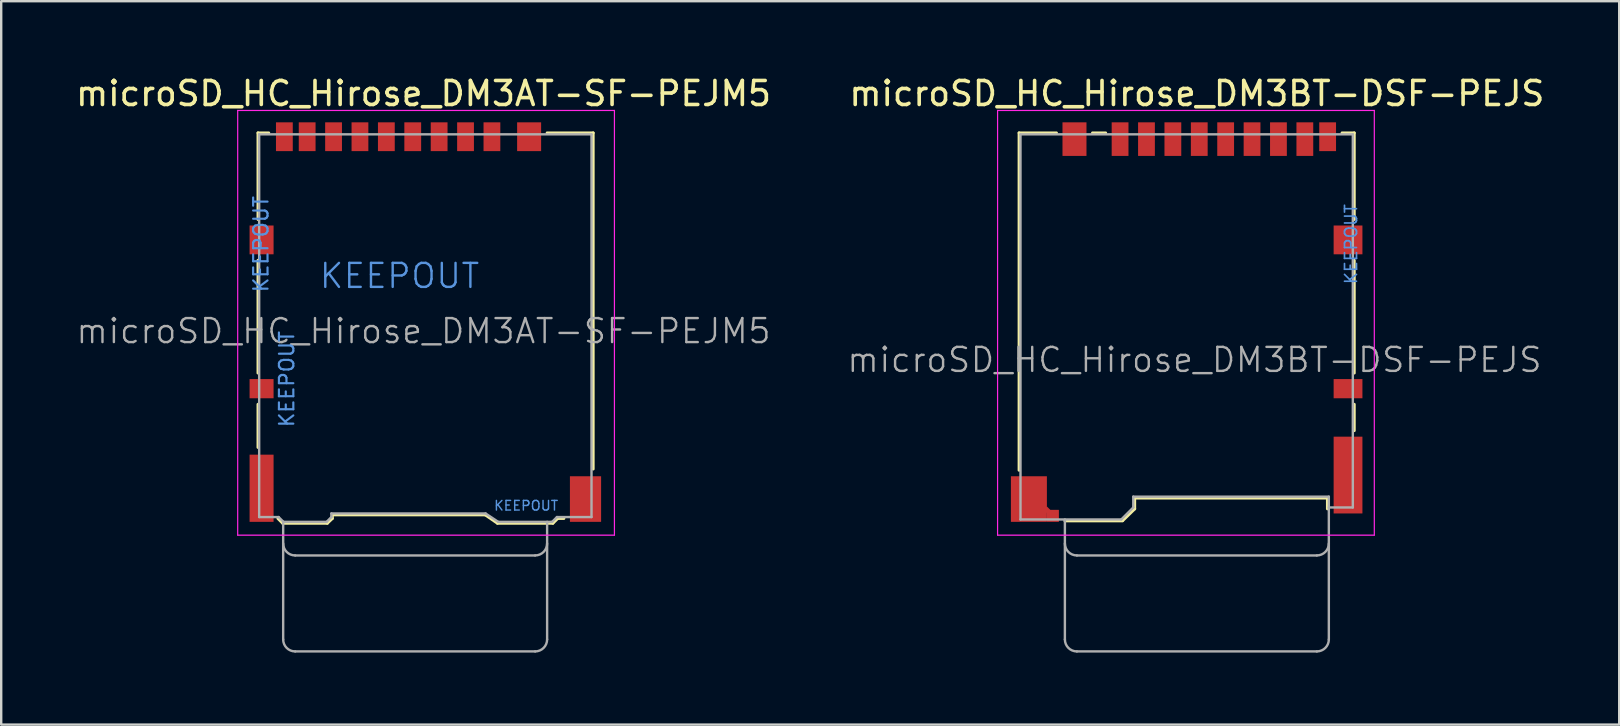
<source format=kicad_pcb>
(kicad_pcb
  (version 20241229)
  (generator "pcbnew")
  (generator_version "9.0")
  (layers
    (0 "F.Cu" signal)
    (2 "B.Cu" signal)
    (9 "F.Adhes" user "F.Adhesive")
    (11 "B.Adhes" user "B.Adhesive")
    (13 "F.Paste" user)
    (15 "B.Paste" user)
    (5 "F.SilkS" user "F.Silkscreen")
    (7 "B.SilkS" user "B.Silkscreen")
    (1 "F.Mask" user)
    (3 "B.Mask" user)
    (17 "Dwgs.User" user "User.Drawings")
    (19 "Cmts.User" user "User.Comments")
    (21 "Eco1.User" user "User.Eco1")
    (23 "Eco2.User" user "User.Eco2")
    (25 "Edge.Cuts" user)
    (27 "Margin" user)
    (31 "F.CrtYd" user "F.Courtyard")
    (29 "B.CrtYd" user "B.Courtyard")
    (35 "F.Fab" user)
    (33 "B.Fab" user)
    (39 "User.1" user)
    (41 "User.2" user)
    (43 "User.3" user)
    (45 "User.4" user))
  (footprint "microSD_HC_Hirose_DM3AT-SF-PEJM5"
    (layer "F.Cu")
    (at 14.676 10.373)
    (property "Reference" "microSD_HC_Hirose_DM3AT-SF-PEJM5" (at -0.075 -9.525 0) (layer "F.SilkS") (effects (font (size 1 1) (thickness 0.15))))
    (attr smd)
    (fp_line (start -6.975 -7.885) (end -6.975 -4.275) (stroke (width 0.12) (type solid)) (layer "F.SilkS"))
    (fp_line (start -6.975 -2.575) (end -6.975 2.125) (stroke (width 0.12) (type solid)) (layer "F.SilkS"))
    (fp_line (start -6.975 3.425) (end -6.975 5.225) (stroke (width 0.12) (type solid)) (layer "F.SilkS"))
    (fp_line (start -6.525 -7.885) (end -6.975 -7.885) (stroke (width 0.12) (type solid)) (layer "F.SilkS"))
    (fp_line (start -5.945 8.385) (end -6.145 8.185) (stroke (width 0.12) (type solid)) (layer "F.SilkS"))
    (fp_line (start -5.945 8.385) (end -4.085 8.385) (stroke (width 0.12) (type solid)) (layer "F.SilkS"))
    (fp_line (start -4.085 8.385) (end -3.875 8.185) (stroke (width 0.12) (type solid)) (layer "F.SilkS"))
    (fp_line (start -3.875 8.035) (end -3.875 8.185) (stroke (width 0.12) (type solid)) (layer "F.SilkS"))
    (fp_line (start -3.875 8.035) (end 2.495 8.035) (stroke (width 0.12) (type solid)) (layer "F.SilkS"))
    (fp_line (start 3.005 8.385) (end 2.495 8.035) (stroke (width 0.12) (type solid)) (layer "F.SilkS"))
    (fp_line (start 5.075 -7.885) (end 6.995 -7.885) (stroke (width 0.12) (type solid)) (layer "F.SilkS"))
    (fp_line (start 5.315 8.385) (end 3.005 8.385) (stroke (width 0.12) (type solid)) (layer "F.SilkS"))
    (fp_line (start 5.315 8.385) (end 5.515 8.185) (stroke (width 0.12) (type solid)) (layer "F.SilkS"))
    (fp_line (start 5.515 8.185) (end 5.775 8.185) (stroke (width 0.12) (type solid)) (layer "F.SilkS"))
    (fp_line (start 6.995 -7.885) (end 6.995 6.125) (stroke (width 0.12) (type solid)) (layer "F.SilkS"))
    (fp_line (start -7.82 -8.82) (end 7.88 -8.82) (stroke (width 0.05) (type solid)) (layer "F.CrtYd"))
    (fp_line (start -7.82 8.88) (end -7.82 -8.82) (stroke (width 0.05) (type solid)) (layer "F.CrtYd"))
    (fp_line (start 7.88 -8.82) (end 7.88 8.88) (stroke (width 0.05) (type solid)) (layer "F.CrtYd"))
    (fp_line (start 7.88 8.88) (end -7.82 8.88) (stroke (width 0.05) (type solid)) (layer "F.CrtYd"))
    (fp_line (start -6.925 8.125) (end -6.925 -7.825) (stroke (width 0.1) (type solid)) (layer "F.Fab"))
    (fp_line (start -6.115 8.125) (end -6.925 8.125) (stroke (width 0.1) (type solid)) (layer "F.Fab"))
    (fp_line (start -5.925 8.325) (end -5.925 13.225) (stroke (width 0.1) (type solid)) (layer "F.Fab"))
    (fp_line (start -5.915 8.325) (end -6.115 8.125) (stroke (width 0.1) (type solid)) (layer "F.Fab"))
    (fp_line (start -5.425 9.725) (end 4.575 9.725) (stroke (width 0.1) (type solid)) (layer "F.Fab"))
    (fp_line (start -5.425 13.725) (end 4.575 13.725) (stroke (width 0.1) (type solid)) (layer "F.Fab"))
    (fp_line (start -4.115 8.325) (end -5.915 8.325) (stroke (width 0.1) (type solid)) (layer "F.Fab"))
    (fp_line (start -3.915 8.125) (end -4.115 8.325) (stroke (width 0.1) (type solid)) (layer "F.Fab"))
    (fp_line (start -3.915 8.125) (end -3.915 7.975) (stroke (width 0.1) (type solid)) (layer "F.Fab"))
    (fp_line (start 2.51 7.975) (end -3.915 7.975) (stroke (width 0.1) (type solid)) (layer "F.Fab"))
    (fp_line (start 3.035 8.325) (end 2.51 7.975) (stroke (width 0.1) (type solid)) (layer "F.Fab"))
    (fp_line (start 5.075 13.225) (end 5.075 8.325) (stroke (width 0.1) (type solid)) (layer "F.Fab"))
    (fp_line (start 5.285 8.325) (end 3.035 8.325) (stroke (width 0.1) (type solid)) (layer "F.Fab"))
    (fp_line (start 5.285 8.325) (end 5.485 8.125) (stroke (width 0.1) (type solid)) (layer "F.Fab"))
    (fp_line (start 5.485 8.125) (end 6.925 8.125) (stroke (width 0.1) (type solid)) (layer "F.Fab"))
    (fp_line (start 6.925 -7.825) (end -6.925 -7.825) (stroke (width 0.1) (type solid)) (layer "F.Fab"))
    (fp_line (start 6.925 8.125) (end 6.925 -7.825) (stroke (width 0.1) (type solid)) (layer "F.Fab"))
    (fp_arc (start -5.425 9.725) (mid -5.778553 9.578553) (end -5.925 9.225) (stroke (width 0.1) (type solid)) (layer "F.Fab"))
    (fp_arc (start -5.425 13.725) (mid -5.778553 13.578553) (end -5.925 13.225) (stroke (width 0.1) (type solid)) (layer "F.Fab"))
    (fp_arc (start 5.075 9.225) (mid 4.928553 9.578553) (end 4.575 9.725) (stroke (width 0.1) (type solid)) (layer "F.Fab"))
    (fp_arc (start 5.075 13.225) (mid 4.928553 13.578553) (end 4.575 13.725) (stroke (width 0.1) (type solid)) (layer "F.Fab"))
    (fp_text user "KEEPOUT" (at -5.775 2.375 90) (layer "Cmts.User") (effects (font (size 0.6 0.6) (thickness 0.09))))
    (fp_text user "KEEPOUT" (at 4.2 7.65 0) (layer "Cmts.User") (effects (font (size 0.4 0.4) (thickness 0.06))))
    (fp_text user "KEEPOUT" (at -6.85 -3.25 90) (layer "Cmts.User") (effects (font (size 0.6 0.6) (thickness 0.09))))
    (fp_text user "KEEPOUT" (at -1.075 -1.925 0) (layer "Cmts.User") (effects (font (size 1 1) (thickness 0.1))))
    (fp_text user "${REFERENCE}" (at -0.075 0.375 0) (layer "F.Fab") (effects (font (size 1 1) (thickness 0.1))))
    (pad "1" smd rect (at 2.775 -7.725) (size 0.7 1.2) (layers "F.Cu" "F.Mask" "F.Paste"))
    (pad "2" smd rect (at 1.675 -7.725) (size 0.7 1.2) (layers "F.Cu" "F.Mask" "F.Paste"))
    (pad "3" smd rect (at 0.575 -7.725) (size 0.7 1.2) (layers "F.Cu" "F.Mask" "F.Paste"))
    (pad "4" smd rect (at -0.525 -7.725) (size 0.7 1.2) (layers "F.Cu" "F.Mask" "F.Paste"))
    (pad "5" smd rect (at -1.625 -7.725) (size 0.7 1.2) (layers "F.Cu" "F.Mask" "F.Paste"))
    (pad "6" smd rect (at -2.725 -7.725) (size 0.7 1.2) (layers "F.Cu" "F.Mask" "F.Paste"))
    (pad "7" smd rect (at -3.825 -7.725) (size 0.7 1.2) (layers "F.Cu" "F.Mask" "F.Paste"))
    (pad "8" smd rect (at -4.925 -7.725) (size 0.7 1.2) (layers "F.Cu" "F.Mask" "F.Paste"))
    (pad "9" smd rect (at -5.875 -7.725) (size 0.7 1.2) (layers "F.Cu" "F.Mask" "F.Paste"))
    (pad "10" smd rect (at -6.825 2.775) (size 1 0.8) (layers "F.Cu" "F.Mask" "F.Paste"))
    (pad "11" smd rect (at -6.825 -3.425) (size 1 1.2) (layers "F.Cu" "F.Mask" "F.Paste"))
    (pad "11" smd rect (at -6.825 6.925) (size 1 2.8) (layers "F.Cu" "F.Mask" "F.Paste"))
    (pad "11" smd rect (at 4.325 -7.725) (size 1 1.2) (layers "F.Cu" "F.Mask" "F.Paste"))
    (pad "11" smd rect (at 6.675 7.375) (size 1.3 1.9) (layers "F.Cu" "F.Mask" "F.Paste"))
    (zone (net_name "") (layer "F.Cu") (hatch full 0.508) (connect_pads) (min_thickness 0.254) (filled_areas_thickness no) (keepout (tracks not_allowed) (vias not_allowed) (pads not_allowed) (copperpour not_allowed) (footprints not_allowed)) (placement (enabled no)) (fill) (polygon (pts (xy 8.201 11.148) (xy 7.451 11.148) (xy 7.451 3.098) (xy 8.201 3.098))))
    (zone (net_name "") (layer "F.Cu") (hatch full 0.508) (connect_pads) (min_thickness 0.254) (filled_areas_thickness no) (keepout (tracks not_allowed) (vias not_allowed) (pads not_allowed) (copperpour not_allowed) (footprints not_allowed)) (placement (enabled no)) (fill) (polygon (pts (xy 8.551 8.948) (xy 9.251 8.948) (xy 9.251 16.548) (xy 8.551 16.548))))
    (zone (net_name "") (layer "F.Cu") (hatch full 0.508) (connect_pads) (min_thickness 0.254) (filled_areas_thickness no) (keepout (tracks not_allowed) (vias not_allowed) (pads not_allowed) (copperpour not_allowed) (footprints not_allowed)) (placement (enabled no)) (fill) (polygon (pts (xy 17.601 17.348) (xy 20.151 17.348) (xy 20.151 18.698) (xy 17.601 18.698))))
    (zone (net_name "") (layer "F.Cu") (hatch full 0.508) (connect_pads) (min_thickness 0.254) (filled_areas_thickness no) (keepout (tracks not_allowed) (vias not_allowed) (pads not_allowed) (copperpour not_allowed) (footprints not_allowed)) (placement (enabled no)) (fill) (polygon (pts (xy 17.951 9.248) (xy 9.251 9.248) (xy 9.251 7.648) (xy 17.951 7.648)))))
  (footprint "microSD_HC_Hirose_DM3BT-DSF-PEJS"
    (layer "F.Cu")
    (at 46.404 10.373)
    (property "Reference" "microSD_HC_Hirose_DM3BT-DSF-PEJS" (at 0.425 -9.525 0) (layer "F.SilkS") (effects (font (size 1 1) (thickness 0.15))))
    (attr smd)
    (fp_line (start -6.985 -7.885) (end -6.985 6.175) (stroke (width 0.12) (type solid)) (layer "F.SilkS"))
    (fp_line (start -6.985 -7.885) (end -5.425 -7.885) (stroke (width 0.12) (type solid)) (layer "F.SilkS"))
    (fp_line (start -5.075 8.285) (end -2.675 8.285) (stroke (width 0.12) (type solid)) (layer "F.SilkS"))
    (fp_line (start -3.375 -7.885) (end -3.925 -7.885) (stroke (width 0.12) (type solid)) (layer "F.SilkS"))
    (fp_line (start -2.665 8.275) (end -2.165 7.785) (stroke (width 0.12) (type solid)) (layer "F.SilkS"))
    (fp_line (start -2.165 7.335) (end -2.165 7.785) (stroke (width 0.12) (type solid)) (layer "F.SilkS"))
    (fp_line (start 5.865 7.335) (end -2.165 7.335) (stroke (width 0.12) (type solid)) (layer "F.SilkS"))
    (fp_line (start 5.865 7.335) (end 5.865 7.785) (stroke (width 0.12) (type solid)) (layer "F.SilkS"))
    (fp_line (start 6.475 -7.885) (end 6.985 -7.885) (stroke (width 0.12) (type solid)) (layer "F.SilkS"))
    (fp_line (start 6.985 -7.885) (end 6.985 -4.275) (stroke (width 0.12) (type solid)) (layer "F.SilkS"))
    (fp_line (start 6.985 -2.575) (end 6.985 2.125) (stroke (width 0.12) (type solid)) (layer "F.SilkS"))
    (fp_line (start 6.985 3.425) (end 6.985 4.525) (stroke (width 0.12) (type solid)) (layer "F.SilkS"))
    (fp_line (start -7.88 -8.82) (end 7.82 -8.82) (stroke (width 0.05) (type solid)) (layer "F.CrtYd"))
    (fp_line (start -7.88 8.88) (end -7.88 -8.82) (stroke (width 0.05) (type solid)) (layer "F.CrtYd"))
    (fp_line (start 7.82 -8.82) (end 7.82 8.88) (stroke (width 0.05) (type solid)) (layer "F.CrtYd"))
    (fp_line (start 7.82 8.88) (end -7.88 8.88) (stroke (width 0.05) (type solid)) (layer "F.CrtYd"))
    (fp_line (start -6.925 -7.825) (end 6.925 -7.825) (stroke (width 0.1) (type solid)) (layer "F.Fab"))
    (fp_line (start -6.925 8.225) (end -6.925 -7.825) (stroke (width 0.1) (type solid)) (layer "F.Fab"))
    (fp_line (start -6.925 8.225) (end -2.725 8.225) (stroke (width 0.1) (type solid)) (layer "F.Fab"))
    (fp_line (start -5.075 8.225) (end -5.075 13.225) (stroke (width 0.1) (type solid)) (layer "F.Fab"))
    (fp_line (start -4.575 9.725) (end 5.425 9.725) (stroke (width 0.1) (type solid)) (layer "F.Fab"))
    (fp_line (start -4.575 13.725) (end 5.425 13.725) (stroke (width 0.1) (type solid)) (layer "F.Fab"))
    (fp_line (start -2.225 7.275) (end -2.225 7.725) (stroke (width 0.1) (type solid)) (layer "F.Fab"))
    (fp_line (start -2.225 7.275) (end 5.925 7.275) (stroke (width 0.1) (type solid)) (layer "F.Fab"))
    (fp_line (start -2.225 7.725) (end -2.725 8.225) (stroke (width 0.1) (type solid)) (layer "F.Fab"))
    (fp_line (start 5.925 13.225) (end 5.925 7.275) (stroke (width 0.1) (type solid)) (layer "F.Fab"))
    (fp_line (start 6.925 7.725) (end 5.925 7.725) (stroke (width 0.1) (type solid)) (layer "F.Fab"))
    (fp_line (start 6.925 7.725) (end 6.925 -7.825) (stroke (width 0.1) (type solid)) (layer "F.Fab"))
    (fp_arc (start -4.575 9.725) (mid -4.928553 9.578553) (end -5.075 9.225) (stroke (width 0.1) (type solid)) (layer "F.Fab"))
    (fp_arc (start -4.575 13.725) (mid -4.928553 13.578553) (end -5.075 13.225) (stroke (width 0.1) (type solid)) (layer "F.Fab"))
    (fp_arc (start 5.925 9.225) (mid 5.778553 9.578553) (end 5.425 9.725) (stroke (width 0.1) (type solid)) (layer "F.Fab"))
    (fp_arc (start 5.925 13.225) (mid 5.778553 13.578553) (end 5.425 13.725) (stroke (width 0.1) (type solid)) (layer "F.Fab"))
    (fp_text user "KEEPOUT" (at 6.85 -3.25 90) (layer "Cmts.User") (effects (font (size 0.5 0.5) (thickness 0.07))))
    (fp_text user "${REFERENCE}" (at 0.325 1.575 0) (layer "F.Fab") (effects (font (size 1 1) (thickness 0.1))))
    (pad "1" smd rect (at -2.775 -7.625) (size 0.7 1.4) (layers "F.Cu" "F.Mask" "F.Paste"))
    (pad "2" smd rect (at -1.675 -7.625) (size 0.7 1.4) (layers "F.Cu" "F.Mask" "F.Paste"))
    (pad "3" smd rect (at -0.575 -7.625) (size 0.7 1.4) (layers "F.Cu" "F.Mask" "F.Paste"))
    (pad "4" smd rect (at 0.525 -7.625) (size 0.7 1.4) (layers "F.Cu" "F.Mask" "F.Paste"))
    (pad "5" smd rect (at 1.625 -7.625) (size 0.7 1.4) (layers "F.Cu" "F.Mask" "F.Paste"))
    (pad "6" smd rect (at 2.725 -7.625) (size 0.7 1.4) (layers "F.Cu" "F.Mask" "F.Paste"))
    (pad "7" smd rect (at 3.825 -7.625) (size 0.7 1.4) (layers "F.Cu" "F.Mask" "F.Paste"))
    (pad "8" smd rect (at 4.925 -7.625) (size 0.7 1.4) (layers "F.Cu" "F.Mask" "F.Paste"))
    (pad "9" smd rect (at 5.875 -7.725) (size 0.7 1.2) (layers "F.Cu" "F.Mask" "F.Paste"))
    (pad "10" smd rect (at 6.725 2.775) (size 1.2 0.8) (layers "F.Cu" "F.Mask" "F.Paste"))
    (pad "11" smd rect (at -6.575 7.375) (size 1.5 1.9) (layers "F.Cu" "F.Mask" "F.Paste"))
    (pad "11" smd rect (at -5.825 7.825 45) (size 0.2 0.2) (layers "F.Cu" "F.Mask" "F.Paste"))
    (pad "11" smd rect (at -5.575 8.075) (size 0.5 0.5) (layers "F.Cu" "F.Mask" "F.Paste"))
    (pad "11" smd rect (at -4.675 -7.625) (size 1 1.4) (layers "F.Cu" "F.Mask" "F.Paste"))
    (pad "11" smd rect (at 6.725 -3.425) (size 1.2 1.2) (layers "F.Cu" "F.Mask" "F.Paste"))
    (pad "11" smd rect (at 6.725 6.375) (size 1.2 3.2) (layers "F.Cu" "F.Mask" "F.Paste"))
    (zone (net_name "") (layer "F.Cu") (hatch full 0.508) (connect_pads) (min_thickness 0.254) (filled_areas_thickness no) (keepout (tracks not_allowed) (vias not_allowed) (pads not_allowed) (copperpour not_allowed) (footprints not_allowed)) (placement (enabled no)) (fill) (polygon (pts (xy 52.879 11.148) (xy 53.629 11.148) (xy 53.629 3.098) (xy 52.879 3.098)))))
  (gr_rect
    (start -3 -3)
    (end 64.43 27.148)
    (stroke (width 0.1) (type default))
    (fill no)
    (layer "Edge.Cuts")))
</source>
